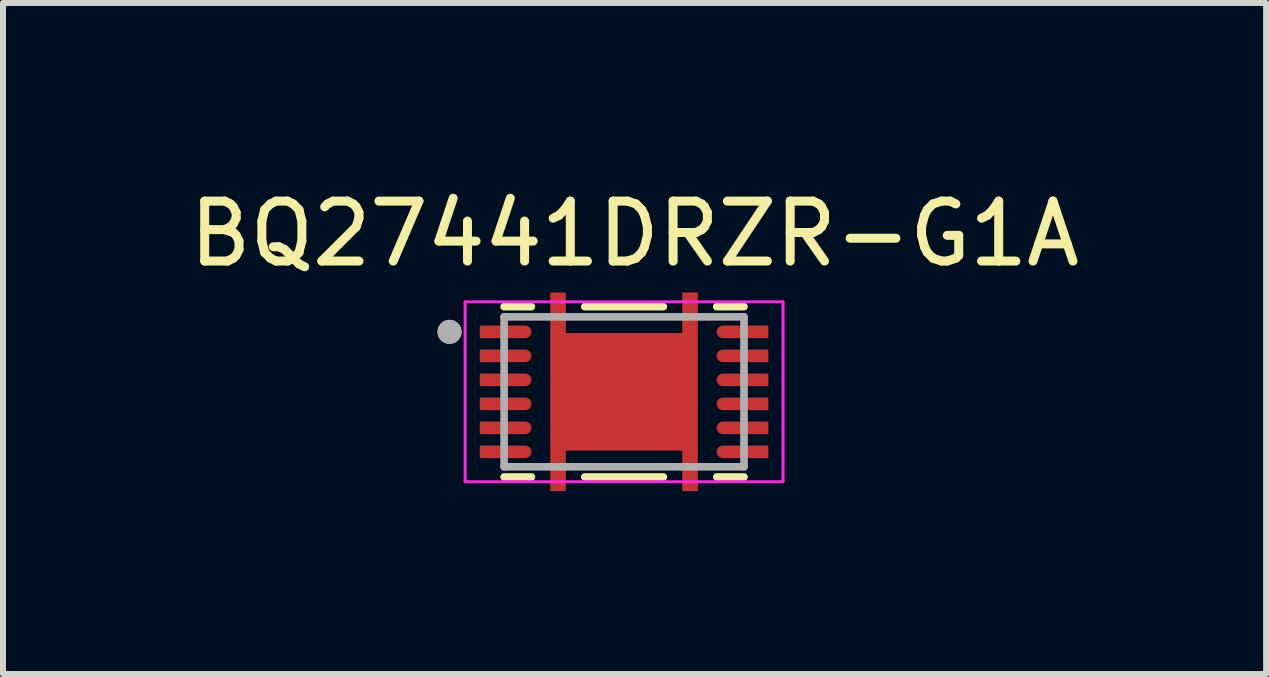
<source format=kicad_pcb>
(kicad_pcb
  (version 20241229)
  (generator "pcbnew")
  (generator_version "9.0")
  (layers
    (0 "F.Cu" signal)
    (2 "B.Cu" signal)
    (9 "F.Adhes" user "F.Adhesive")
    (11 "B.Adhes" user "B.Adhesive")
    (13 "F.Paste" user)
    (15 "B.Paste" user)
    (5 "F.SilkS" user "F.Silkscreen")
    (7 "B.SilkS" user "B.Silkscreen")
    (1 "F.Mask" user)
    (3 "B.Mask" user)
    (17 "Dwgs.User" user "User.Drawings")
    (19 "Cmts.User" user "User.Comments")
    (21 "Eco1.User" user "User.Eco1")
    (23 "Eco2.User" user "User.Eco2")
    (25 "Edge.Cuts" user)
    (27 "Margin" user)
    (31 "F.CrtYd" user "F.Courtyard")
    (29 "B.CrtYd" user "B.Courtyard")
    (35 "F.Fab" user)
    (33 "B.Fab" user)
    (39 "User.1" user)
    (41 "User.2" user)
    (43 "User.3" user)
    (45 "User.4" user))
  (footprint "BQ27441DRZR-G1A"
    (layer "F.Cu")
    (at 7.355 3.483)
    (property "Reference" "BQ27441DRZR-G1A" (at 0.175 -2.635 0) (layer "F.SilkS") (effects (font (size 1 1) (thickness 0.15))))
    (attr smd)
    (fp_poly (pts (xy -1.275 1.7) (xy -1.275 -1.7) (xy -0.925 -1.7) (xy -0.925 -1.025) (xy 0.925 -1.025) (xy 0.925 -1.7) (xy 1.275 -1.7) (xy 1.275 1.7) (xy 0.925 1.7) (xy 0.925 1.025) (xy -0.925 1.025) (xy -0.925 1.7)) (stroke (width 0.01) (type solid)) (fill yes) (layer "F.Mask"))
    (fp_poly (pts (xy -2.45 -1.15) (xy -1.65 -1.15) (xy -1.642 -1.15) (xy -1.634 -1.149) (xy -1.627 -1.148) (xy -1.619 -1.147) (xy -1.611 -1.145) (xy -1.604 -1.143) (xy -1.596 -1.14) (xy -1.589 -1.137) (xy -1.582 -1.134) (xy -1.575 -1.13) (xy -1.568 -1.126) (xy -1.562 -1.121) (xy -1.556 -1.117) (xy -1.55 -1.111) (xy -1.544 -1.106) (xy -1.539 -1.1) (xy -1.533 -1.094) (xy -1.529 -1.088) (xy -1.524 -1.082) (xy -1.52 -1.075) (xy -1.516 -1.068) (xy -1.513 -1.061) (xy -1.51 -1.054) (xy -1.507 -1.046) (xy -1.505 -1.039) (xy -1.503 -1.031) (xy -1.502 -1.023) (xy -1.501 -1.016) (xy -1.5 -1.008) (xy -1.5 -1) (xy -1.5 -0.992) (xy -1.501 -0.984) (xy -1.502 -0.977) (xy -1.503 -0.969) (xy -1.505 -0.961) (xy -1.507 -0.954) (xy -1.51 -0.946) (xy -1.513 -0.939) (xy -1.516 -0.932) (xy -1.52 -0.925) (xy -1.524 -0.918) (xy -1.529 -0.912) (xy -1.533 -0.906) (xy -1.539 -0.9) (xy -1.544 -0.894) (xy -1.55 -0.889) (xy -1.556 -0.883) (xy -1.562 -0.879) (xy -1.568 -0.874) (xy -1.575 -0.87) (xy -1.582 -0.866) (xy -1.589 -0.863) (xy -1.596 -0.86) (xy -1.604 -0.857) (xy -1.611 -0.855) (xy -1.619 -0.853) (xy -1.627 -0.852) (xy -1.634 -0.851) (xy -1.642 -0.85) (xy -1.65 -0.85) (xy -2.45 -0.85) (xy -2.45 -1) (xy -2.45 -1.15)) (stroke (width 0.01) (type solid)) (fill yes) (layer "F.Mask"))
    (fp_poly (pts (xy -2.45 -0.75) (xy -1.65 -0.75) (xy -1.642 -0.75) (xy -1.634 -0.749) (xy -1.627 -0.748) (xy -1.619 -0.747) (xy -1.611 -0.745) (xy -1.604 -0.743) (xy -1.596 -0.74) (xy -1.589 -0.737) (xy -1.582 -0.734) (xy -1.575 -0.73) (xy -1.568 -0.726) (xy -1.562 -0.721) (xy -1.556 -0.717) (xy -1.55 -0.711) (xy -1.544 -0.706) (xy -1.539 -0.7) (xy -1.533 -0.694) (xy -1.529 -0.688) (xy -1.524 -0.682) (xy -1.52 -0.675) (xy -1.516 -0.668) (xy -1.513 -0.661) (xy -1.51 -0.654) (xy -1.507 -0.646) (xy -1.505 -0.639) (xy -1.503 -0.631) (xy -1.502 -0.623) (xy -1.501 -0.616) (xy -1.5 -0.608) (xy -1.5 -0.6) (xy -1.5 -0.592) (xy -1.501 -0.584) (xy -1.502 -0.577) (xy -1.503 -0.569) (xy -1.505 -0.561) (xy -1.507 -0.554) (xy -1.51 -0.546) (xy -1.513 -0.539) (xy -1.516 -0.532) (xy -1.52 -0.525) (xy -1.524 -0.518) (xy -1.529 -0.512) (xy -1.533 -0.506) (xy -1.539 -0.5) (xy -1.544 -0.494) (xy -1.55 -0.489) (xy -1.556 -0.483) (xy -1.562 -0.479) (xy -1.568 -0.474) (xy -1.575 -0.47) (xy -1.582 -0.466) (xy -1.589 -0.463) (xy -1.596 -0.46) (xy -1.604 -0.457) (xy -1.611 -0.455) (xy -1.619 -0.453) (xy -1.627 -0.452) (xy -1.634 -0.451) (xy -1.642 -0.45) (xy -1.65 -0.45) (xy -2.45 -0.45) (xy -2.45 -0.6) (xy -2.45 -0.75)) (stroke (width 0.01) (type solid)) (fill yes) (layer "F.Mask"))
    (fp_poly (pts (xy -2.45 -0.35) (xy -1.65 -0.35) (xy -1.642 -0.35) (xy -1.634 -0.349) (xy -1.627 -0.348) (xy -1.619 -0.347) (xy -1.611 -0.345) (xy -1.604 -0.343) (xy -1.596 -0.34) (xy -1.589 -0.337) (xy -1.582 -0.334) (xy -1.575 -0.33) (xy -1.568 -0.326) (xy -1.562 -0.321) (xy -1.556 -0.317) (xy -1.55 -0.311) (xy -1.544 -0.306) (xy -1.539 -0.3) (xy -1.533 -0.294) (xy -1.529 -0.288) (xy -1.524 -0.282) (xy -1.52 -0.275) (xy -1.516 -0.268) (xy -1.513 -0.261) (xy -1.51 -0.254) (xy -1.507 -0.246) (xy -1.505 -0.239) (xy -1.503 -0.231) (xy -1.502 -0.223) (xy -1.501 -0.216) (xy -1.5 -0.208) (xy -1.5 -0.2) (xy -1.5 -0.192) (xy -1.501 -0.184) (xy -1.502 -0.177) (xy -1.503 -0.169) (xy -1.505 -0.161) (xy -1.507 -0.154) (xy -1.51 -0.146) (xy -1.513 -0.139) (xy -1.516 -0.132) (xy -1.52 -0.125) (xy -1.524 -0.118) (xy -1.529 -0.112) (xy -1.533 -0.106) (xy -1.539 -0.1) (xy -1.544 -0.094) (xy -1.55 -0.089) (xy -1.556 -0.083) (xy -1.562 -0.079) (xy -1.568 -0.074) (xy -1.575 -0.07) (xy -1.582 -0.066) (xy -1.589 -0.063) (xy -1.596 -0.06) (xy -1.604 -0.057) (xy -1.611 -0.055) (xy -1.619 -0.053) (xy -1.627 -0.052) (xy -1.634 -0.051) (xy -1.642 -0.05) (xy -1.65 -0.05) (xy -2.45 -0.05) (xy -2.45 -0.2) (xy -2.45 -0.35)) (stroke (width 0.01) (type solid)) (fill yes) (layer "F.Mask"))
    (fp_poly (pts (xy -2.45 0.05) (xy -1.65 0.05) (xy -1.642 0.05) (xy -1.634 0.051) (xy -1.627 0.052) (xy -1.619 0.053) (xy -1.611 0.055) (xy -1.604 0.057) (xy -1.596 0.06) (xy -1.589 0.063) (xy -1.582 0.066) (xy -1.575 0.07) (xy -1.568 0.074) (xy -1.562 0.079) (xy -1.556 0.083) (xy -1.55 0.089) (xy -1.544 0.094) (xy -1.539 0.1) (xy -1.533 0.106) (xy -1.529 0.112) (xy -1.524 0.118) (xy -1.52 0.125) (xy -1.516 0.132) (xy -1.513 0.139) (xy -1.51 0.146) (xy -1.507 0.154) (xy -1.505 0.161) (xy -1.503 0.169) (xy -1.502 0.177) (xy -1.501 0.184) (xy -1.5 0.192) (xy -1.5 0.2) (xy -1.5 0.208) (xy -1.501 0.216) (xy -1.502 0.223) (xy -1.503 0.231) (xy -1.505 0.239) (xy -1.507 0.246) (xy -1.51 0.254) (xy -1.513 0.261) (xy -1.516 0.268) (xy -1.52 0.275) (xy -1.524 0.282) (xy -1.529 0.288) (xy -1.533 0.294) (xy -1.539 0.3) (xy -1.544 0.306) (xy -1.55 0.311) (xy -1.556 0.317) (xy -1.562 0.321) (xy -1.568 0.326) (xy -1.575 0.33) (xy -1.582 0.334) (xy -1.589 0.337) (xy -1.596 0.34) (xy -1.604 0.343) (xy -1.611 0.345) (xy -1.619 0.347) (xy -1.627 0.348) (xy -1.634 0.349) (xy -1.642 0.35) (xy -1.65 0.35) (xy -2.45 0.35) (xy -2.45 0.2) (xy -2.45 0.05)) (stroke (width 0.01) (type solid)) (fill yes) (layer "F.Mask"))
    (fp_poly (pts (xy -2.45 0.45) (xy -1.65 0.45) (xy -1.642 0.45) (xy -1.634 0.451) (xy -1.627 0.452) (xy -1.619 0.453) (xy -1.611 0.455) (xy -1.604 0.457) (xy -1.596 0.46) (xy -1.589 0.463) (xy -1.582 0.466) (xy -1.575 0.47) (xy -1.568 0.474) (xy -1.562 0.479) (xy -1.556 0.483) (xy -1.55 0.489) (xy -1.544 0.494) (xy -1.539 0.5) (xy -1.533 0.506) (xy -1.529 0.512) (xy -1.524 0.518) (xy -1.52 0.525) (xy -1.516 0.532) (xy -1.513 0.539) (xy -1.51 0.546) (xy -1.507 0.554) (xy -1.505 0.561) (xy -1.503 0.569) (xy -1.502 0.577) (xy -1.501 0.584) (xy -1.5 0.592) (xy -1.5 0.6) (xy -1.5 0.608) (xy -1.501 0.616) (xy -1.502 0.623) (xy -1.503 0.631) (xy -1.505 0.639) (xy -1.507 0.646) (xy -1.51 0.654) (xy -1.513 0.661) (xy -1.516 0.668) (xy -1.52 0.675) (xy -1.524 0.682) (xy -1.529 0.688) (xy -1.533 0.694) (xy -1.539 0.7) (xy -1.544 0.706) (xy -1.55 0.711) (xy -1.556 0.717) (xy -1.562 0.721) (xy -1.568 0.726) (xy -1.575 0.73) (xy -1.582 0.734) (xy -1.589 0.737) (xy -1.596 0.74) (xy -1.604 0.743) (xy -1.611 0.745) (xy -1.619 0.747) (xy -1.627 0.748) (xy -1.634 0.749) (xy -1.642 0.75) (xy -1.65 0.75) (xy -2.45 0.75) (xy -2.45 0.6) (xy -2.45 0.45)) (stroke (width 0.01) (type solid)) (fill yes) (layer "F.Mask"))
    (fp_poly (pts (xy -2.45 0.85) (xy -1.65 0.85) (xy -1.642 0.85) (xy -1.634 0.851) (xy -1.627 0.852) (xy -1.619 0.853) (xy -1.611 0.855) (xy -1.604 0.857) (xy -1.596 0.86) (xy -1.589 0.863) (xy -1.582 0.866) (xy -1.575 0.87) (xy -1.568 0.874) (xy -1.562 0.879) (xy -1.556 0.883) (xy -1.55 0.889) (xy -1.544 0.894) (xy -1.539 0.9) (xy -1.533 0.906) (xy -1.529 0.912) (xy -1.524 0.918) (xy -1.52 0.925) (xy -1.516 0.932) (xy -1.513 0.939) (xy -1.51 0.946) (xy -1.507 0.954) (xy -1.505 0.961) (xy -1.503 0.969) (xy -1.502 0.977) (xy -1.501 0.984) (xy -1.5 0.992) (xy -1.5 1) (xy -1.5 1.008) (xy -1.501 1.016) (xy -1.502 1.023) (xy -1.503 1.031) (xy -1.505 1.039) (xy -1.507 1.046) (xy -1.51 1.054) (xy -1.513 1.061) (xy -1.516 1.068) (xy -1.52 1.075) (xy -1.524 1.082) (xy -1.529 1.088) (xy -1.533 1.094) (xy -1.539 1.1) (xy -1.544 1.106) (xy -1.55 1.111) (xy -1.556 1.117) (xy -1.562 1.121) (xy -1.568 1.126) (xy -1.575 1.13) (xy -1.582 1.134) (xy -1.589 1.137) (xy -1.596 1.14) (xy -1.604 1.143) (xy -1.611 1.145) (xy -1.619 1.147) (xy -1.627 1.148) (xy -1.634 1.149) (xy -1.642 1.15) (xy -1.65 1.15) (xy -2.45 1.15) (xy -2.45 1) (xy -2.45 0.85)) (stroke (width 0.01) (type solid)) (fill yes) (layer "F.Mask"))
    (fp_poly (pts (xy 2.45 -0.85) (xy 1.65 -0.85) (xy 1.642 -0.85) (xy 1.634 -0.851) (xy 1.627 -0.852) (xy 1.619 -0.853) (xy 1.611 -0.855) (xy 1.604 -0.857) (xy 1.596 -0.86) (xy 1.589 -0.863) (xy 1.582 -0.866) (xy 1.575 -0.87) (xy 1.568 -0.874) (xy 1.562 -0.879) (xy 1.556 -0.883) (xy 1.55 -0.889) (xy 1.544 -0.894) (xy 1.539 -0.9) (xy 1.533 -0.906) (xy 1.529 -0.912) (xy 1.524 -0.918) (xy 1.52 -0.925) (xy 1.516 -0.932) (xy 1.513 -0.939) (xy 1.51 -0.946) (xy 1.507 -0.954) (xy 1.505 -0.961) (xy 1.503 -0.969) (xy 1.502 -0.977) (xy 1.501 -0.984) (xy 1.5 -0.992) (xy 1.5 -1) (xy 1.5 -1.008) (xy 1.501 -1.016) (xy 1.502 -1.023) (xy 1.503 -1.031) (xy 1.505 -1.039) (xy 1.507 -1.046) (xy 1.51 -1.054) (xy 1.513 -1.061) (xy 1.516 -1.068) (xy 1.52 -1.075) (xy 1.524 -1.082) (xy 1.529 -1.088) (xy 1.533 -1.094) (xy 1.539 -1.1) (xy 1.544 -1.106) (xy 1.55 -1.111) (xy 1.556 -1.117) (xy 1.562 -1.121) (xy 1.568 -1.126) (xy 1.575 -1.13) (xy 1.582 -1.134) (xy 1.589 -1.137) (xy 1.596 -1.14) (xy 1.604 -1.143) (xy 1.611 -1.145) (xy 1.619 -1.147) (xy 1.627 -1.148) (xy 1.634 -1.149) (xy 1.642 -1.15) (xy 1.65 -1.15) (xy 2.45 -1.15) (xy 2.45 -1) (xy 2.45 -0.85)) (stroke (width 0.01) (type solid)) (fill yes) (layer "F.Mask"))
    (fp_poly (pts (xy 2.45 -0.45) (xy 1.65 -0.45) (xy 1.642 -0.45) (xy 1.634 -0.451) (xy 1.627 -0.452) (xy 1.619 -0.453) (xy 1.611 -0.455) (xy 1.604 -0.457) (xy 1.596 -0.46) (xy 1.589 -0.463) (xy 1.582 -0.466) (xy 1.575 -0.47) (xy 1.568 -0.474) (xy 1.562 -0.479) (xy 1.556 -0.483) (xy 1.55 -0.489) (xy 1.544 -0.494) (xy 1.539 -0.5) (xy 1.533 -0.506) (xy 1.529 -0.512) (xy 1.524 -0.518) (xy 1.52 -0.525) (xy 1.516 -0.532) (xy 1.513 -0.539) (xy 1.51 -0.546) (xy 1.507 -0.554) (xy 1.505 -0.561) (xy 1.503 -0.569) (xy 1.502 -0.577) (xy 1.501 -0.584) (xy 1.5 -0.592) (xy 1.5 -0.6) (xy 1.5 -0.608) (xy 1.501 -0.616) (xy 1.502 -0.623) (xy 1.503 -0.631) (xy 1.505 -0.639) (xy 1.507 -0.646) (xy 1.51 -0.654) (xy 1.513 -0.661) (xy 1.516 -0.668) (xy 1.52 -0.675) (xy 1.524 -0.682) (xy 1.529 -0.688) (xy 1.533 -0.694) (xy 1.539 -0.7) (xy 1.544 -0.706) (xy 1.55 -0.711) (xy 1.556 -0.717) (xy 1.562 -0.721) (xy 1.568 -0.726) (xy 1.575 -0.73) (xy 1.582 -0.734) (xy 1.589 -0.737) (xy 1.596 -0.74) (xy 1.604 -0.743) (xy 1.611 -0.745) (xy 1.619 -0.747) (xy 1.627 -0.748) (xy 1.634 -0.749) (xy 1.642 -0.75) (xy 1.65 -0.75) (xy 2.45 -0.75) (xy 2.45 -0.6) (xy 2.45 -0.45)) (stroke (width 0.01) (type solid)) (fill yes) (layer "F.Mask"))
    (fp_poly (pts (xy 2.45 -0.05) (xy 1.65 -0.05) (xy 1.642 -0.05) (xy 1.634 -0.051) (xy 1.627 -0.052) (xy 1.619 -0.053) (xy 1.611 -0.055) (xy 1.604 -0.057) (xy 1.596 -0.06) (xy 1.589 -0.063) (xy 1.582 -0.066) (xy 1.575 -0.07) (xy 1.568 -0.074) (xy 1.562 -0.079) (xy 1.556 -0.083) (xy 1.55 -0.089) (xy 1.544 -0.094) (xy 1.539 -0.1) (xy 1.533 -0.106) (xy 1.529 -0.112) (xy 1.524 -0.118) (xy 1.52 -0.125) (xy 1.516 -0.132) (xy 1.513 -0.139) (xy 1.51 -0.146) (xy 1.507 -0.154) (xy 1.505 -0.161) (xy 1.503 -0.169) (xy 1.502 -0.177) (xy 1.501 -0.184) (xy 1.5 -0.192) (xy 1.5 -0.2) (xy 1.5 -0.208) (xy 1.501 -0.216) (xy 1.502 -0.223) (xy 1.503 -0.231) (xy 1.505 -0.239) (xy 1.507 -0.246) (xy 1.51 -0.254) (xy 1.513 -0.261) (xy 1.516 -0.268) (xy 1.52 -0.275) (xy 1.524 -0.282) (xy 1.529 -0.288) (xy 1.533 -0.294) (xy 1.539 -0.3) (xy 1.544 -0.306) (xy 1.55 -0.311) (xy 1.556 -0.317) (xy 1.562 -0.321) (xy 1.568 -0.326) (xy 1.575 -0.33) (xy 1.582 -0.334) (xy 1.589 -0.337) (xy 1.596 -0.34) (xy 1.604 -0.343) (xy 1.611 -0.345) (xy 1.619 -0.347) (xy 1.627 -0.348) (xy 1.634 -0.349) (xy 1.642 -0.35) (xy 1.65 -0.35) (xy 2.45 -0.35) (xy 2.45 -0.2) (xy 2.45 -0.05)) (stroke (width 0.01) (type solid)) (fill yes) (layer "F.Mask"))
    (fp_poly (pts (xy 2.45 0.35) (xy 1.65 0.35) (xy 1.642 0.35) (xy 1.634 0.349) (xy 1.627 0.348) (xy 1.619 0.347) (xy 1.611 0.345) (xy 1.604 0.343) (xy 1.596 0.34) (xy 1.589 0.337) (xy 1.582 0.334) (xy 1.575 0.33) (xy 1.568 0.326) (xy 1.562 0.321) (xy 1.556 0.317) (xy 1.55 0.311) (xy 1.544 0.306) (xy 1.539 0.3) (xy 1.533 0.294) (xy 1.529 0.288) (xy 1.524 0.282) (xy 1.52 0.275) (xy 1.516 0.268) (xy 1.513 0.261) (xy 1.51 0.254) (xy 1.507 0.246) (xy 1.505 0.239) (xy 1.503 0.231) (xy 1.502 0.223) (xy 1.501 0.216) (xy 1.5 0.208) (xy 1.5 0.2) (xy 1.5 0.192) (xy 1.501 0.184) (xy 1.502 0.177) (xy 1.503 0.169) (xy 1.505 0.161) (xy 1.507 0.154) (xy 1.51 0.146) (xy 1.513 0.139) (xy 1.516 0.132) (xy 1.52 0.125) (xy 1.524 0.118) (xy 1.529 0.112) (xy 1.533 0.106) (xy 1.539 0.1) (xy 1.544 0.094) (xy 1.55 0.089) (xy 1.556 0.083) (xy 1.562 0.079) (xy 1.568 0.074) (xy 1.575 0.07) (xy 1.582 0.066) (xy 1.589 0.063) (xy 1.596 0.06) (xy 1.604 0.057) (xy 1.611 0.055) (xy 1.619 0.053) (xy 1.627 0.052) (xy 1.634 0.051) (xy 1.642 0.05) (xy 1.65 0.05) (xy 2.45 0.05) (xy 2.45 0.2) (xy 2.45 0.35)) (stroke (width 0.01) (type solid)) (fill yes) (layer "F.Mask"))
    (fp_poly (pts (xy 2.45 0.75) (xy 1.65 0.75) (xy 1.642 0.75) (xy 1.634 0.749) (xy 1.627 0.748) (xy 1.619 0.747) (xy 1.611 0.745) (xy 1.604 0.743) (xy 1.596 0.74) (xy 1.589 0.737) (xy 1.582 0.734) (xy 1.575 0.73) (xy 1.568 0.726) (xy 1.562 0.721) (xy 1.556 0.717) (xy 1.55 0.711) (xy 1.544 0.706) (xy 1.539 0.7) (xy 1.533 0.694) (xy 1.529 0.688) (xy 1.524 0.682) (xy 1.52 0.675) (xy 1.516 0.668) (xy 1.513 0.661) (xy 1.51 0.654) (xy 1.507 0.646) (xy 1.505 0.639) (xy 1.503 0.631) (xy 1.502 0.623) (xy 1.501 0.616) (xy 1.5 0.608) (xy 1.5 0.6) (xy 1.5 0.592) (xy 1.501 0.584) (xy 1.502 0.577) (xy 1.503 0.569) (xy 1.505 0.561) (xy 1.507 0.554) (xy 1.51 0.546) (xy 1.513 0.539) (xy 1.516 0.532) (xy 1.52 0.525) (xy 1.524 0.518) (xy 1.529 0.512) (xy 1.533 0.506) (xy 1.539 0.5) (xy 1.544 0.494) (xy 1.55 0.489) (xy 1.556 0.483) (xy 1.562 0.479) (xy 1.568 0.474) (xy 1.575 0.47) (xy 1.582 0.466) (xy 1.589 0.463) (xy 1.596 0.46) (xy 1.604 0.457) (xy 1.611 0.455) (xy 1.619 0.453) (xy 1.627 0.452) (xy 1.634 0.451) (xy 1.642 0.45) (xy 1.65 0.45) (xy 2.45 0.45) (xy 2.45 0.6) (xy 2.45 0.75)) (stroke (width 0.01) (type solid)) (fill yes) (layer "F.Mask"))
    (fp_poly (pts (xy 2.45 1.15) (xy 1.65 1.15) (xy 1.642 1.15) (xy 1.634 1.149) (xy 1.627 1.148) (xy 1.619 1.147) (xy 1.611 1.145) (xy 1.604 1.143) (xy 1.596 1.14) (xy 1.589 1.137) (xy 1.582 1.134) (xy 1.575 1.13) (xy 1.568 1.126) (xy 1.562 1.121) (xy 1.556 1.117) (xy 1.55 1.111) (xy 1.544 1.106) (xy 1.539 1.1) (xy 1.533 1.094) (xy 1.529 1.088) (xy 1.524 1.082) (xy 1.52 1.075) (xy 1.516 1.068) (xy 1.513 1.061) (xy 1.51 1.054) (xy 1.507 1.046) (xy 1.505 1.039) (xy 1.503 1.031) (xy 1.502 1.023) (xy 1.501 1.016) (xy 1.5 1.008) (xy 1.5 1) (xy 1.5 0.992) (xy 1.501 0.984) (xy 1.502 0.977) (xy 1.503 0.969) (xy 1.505 0.961) (xy 1.507 0.954) (xy 1.51 0.946) (xy 1.513 0.939) (xy 1.516 0.932) (xy 1.52 0.925) (xy 1.524 0.918) (xy 1.529 0.912) (xy 1.533 0.906) (xy 1.539 0.9) (xy 1.544 0.894) (xy 1.55 0.889) (xy 1.556 0.883) (xy 1.562 0.879) (xy 1.568 0.874) (xy 1.575 0.87) (xy 1.582 0.866) (xy 1.589 0.863) (xy 1.596 0.86) (xy 1.604 0.857) (xy 1.611 0.855) (xy 1.619 0.853) (xy 1.627 0.852) (xy 1.634 0.851) (xy 1.642 0.85) (xy 1.65 0.85) (xy 2.45 0.85) (xy 2.45 1) (xy 2.45 1.15)) (stroke (width 0.01) (type solid)) (fill yes) (layer "F.Mask"))
    (fp_line (start -2 -1.42) (end -1.545 -1.42) (stroke (width 0.127) (type solid)) (layer "F.SilkS"))
    (fp_line (start -2 1.42) (end -1.545 1.42) (stroke (width 0.127) (type solid)) (layer "F.SilkS"))
    (fp_line (start -0.655 -1.42) (end 0.655 -1.42) (stroke (width 0.127) (type solid)) (layer "F.SilkS"))
    (fp_line (start -0.655 1.42) (end 0.655 1.42) (stroke (width 0.127) (type solid)) (layer "F.SilkS"))
    (fp_line (start 1.545 -1.42) (end 2 -1.42) (stroke (width 0.127) (type solid)) (layer "F.SilkS"))
    (fp_line (start 1.545 1.42) (end 2 1.42) (stroke (width 0.127) (type solid)) (layer "F.SilkS"))
    (fp_circle (center -2.91 -1) (end -2.81 -1) (stroke (width 0.2) (type solid)) (fill no) (layer "F.SilkS"))
    (fp_poly (pts (xy -1.225 -1.625) (xy -1.225 -1.1) (xy -0.975 -1.1) (xy -0.975 -1.625)) (stroke (width 0.01) (type solid)) (fill yes) (layer "F.Paste"))
    (fp_poly (pts (xy -1.225 1.1) (xy -1.225 1.625) (xy -0.975 1.625) (xy -0.975 1.1)) (stroke (width 0.01) (type solid)) (fill yes) (layer "F.Paste"))
    (fp_poly (pts (xy -1.1 -0.9) (xy -0.1 -0.9) (xy -0.1 -0.1) (xy -1.1 -0.1)) (stroke (width 0.01) (type solid)) (fill yes) (layer "F.Paste"))
    (fp_poly (pts (xy -1.1 0.1) (xy -0.1 0.1) (xy -0.1 0.9) (xy -1.1 0.9)) (stroke (width 0.01) (type solid)) (fill yes) (layer "F.Paste"))
    (fp_poly (pts (xy 0.1 -0.9) (xy 1.1 -0.9) (xy 1.1 -0.1) (xy 0.1 -0.1)) (stroke (width 0.01) (type solid)) (fill yes) (layer "F.Paste"))
    (fp_poly (pts (xy 0.1 0.1) (xy 1.1 0.1) (xy 1.1 0.9) (xy 0.1 0.9)) (stroke (width 0.01) (type solid)) (fill yes) (layer "F.Paste"))
    (fp_poly (pts (xy 0.975 -1.625) (xy 0.975 -1.1) (xy 1.225 -1.1) (xy 1.225 -1.625)) (stroke (width 0.01) (type solid)) (fill yes) (layer "F.Paste"))
    (fp_poly (pts (xy 0.975 1.1) (xy 0.975 1.625) (xy 1.225 1.625) (xy 1.225 1.1)) (stroke (width 0.01) (type solid)) (fill yes) (layer "F.Paste"))
    (fp_poly (pts (xy -2.375 -1.1) (xy -1.675 -1.1) (xy -1.67 -1.1) (xy -1.665 -1.099) (xy -1.659 -1.099) (xy -1.654 -1.098) (xy -1.649 -1.097) (xy -1.644 -1.095) (xy -1.639 -1.093) (xy -1.634 -1.091) (xy -1.63 -1.089) (xy -1.625 -1.087) (xy -1.621 -1.084) (xy -1.616 -1.081) (xy -1.612 -1.078) (xy -1.608 -1.074) (xy -1.604 -1.071) (xy -1.601 -1.067) (xy -1.597 -1.063) (xy -1.594 -1.059) (xy -1.591 -1.054) (xy -1.588 -1.05) (xy -1.586 -1.045) (xy -1.584 -1.041) (xy -1.582 -1.036) (xy -1.58 -1.031) (xy -1.578 -1.026) (xy -1.577 -1.021) (xy -1.576 -1.016) (xy -1.576 -1.01) (xy -1.575 -1.005) (xy -1.575 -1) (xy -1.575 -0.995) (xy -1.576 -0.99) (xy -1.576 -0.984) (xy -1.577 -0.979) (xy -1.578 -0.974) (xy -1.58 -0.969) (xy -1.582 -0.964) (xy -1.584 -0.959) (xy -1.586 -0.955) (xy -1.588 -0.95) (xy -1.591 -0.946) (xy -1.594 -0.941) (xy -1.597 -0.937) (xy -1.601 -0.933) (xy -1.604 -0.929) (xy -1.608 -0.926) (xy -1.612 -0.922) (xy -1.616 -0.919) (xy -1.621 -0.916) (xy -1.625 -0.913) (xy -1.63 -0.911) (xy -1.634 -0.909) (xy -1.639 -0.907) (xy -1.644 -0.905) (xy -1.649 -0.903) (xy -1.654 -0.902) (xy -1.659 -0.901) (xy -1.665 -0.901) (xy -1.67 -0.9) (xy -1.675 -0.9) (xy -2.375 -0.9) (xy -2.375 -1) (xy -2.375 -1.1)) (stroke (width 0.01) (type solid)) (fill yes) (layer "F.Paste"))
    (fp_poly (pts (xy -2.375 -0.7) (xy -1.675 -0.7) (xy -1.67 -0.7) (xy -1.665 -0.699) (xy -1.659 -0.699) (xy -1.654 -0.698) (xy -1.649 -0.697) (xy -1.644 -0.695) (xy -1.639 -0.693) (xy -1.634 -0.691) (xy -1.63 -0.689) (xy -1.625 -0.687) (xy -1.621 -0.684) (xy -1.616 -0.681) (xy -1.612 -0.678) (xy -1.608 -0.674) (xy -1.604 -0.671) (xy -1.601 -0.667) (xy -1.597 -0.663) (xy -1.594 -0.659) (xy -1.591 -0.654) (xy -1.588 -0.65) (xy -1.586 -0.645) (xy -1.584 -0.641) (xy -1.582 -0.636) (xy -1.58 -0.631) (xy -1.578 -0.626) (xy -1.577 -0.621) (xy -1.576 -0.616) (xy -1.576 -0.61) (xy -1.575 -0.605) (xy -1.575 -0.6) (xy -1.575 -0.595) (xy -1.576 -0.59) (xy -1.576 -0.584) (xy -1.577 -0.579) (xy -1.578 -0.574) (xy -1.58 -0.569) (xy -1.582 -0.564) (xy -1.584 -0.559) (xy -1.586 -0.555) (xy -1.588 -0.55) (xy -1.591 -0.546) (xy -1.594 -0.541) (xy -1.597 -0.537) (xy -1.601 -0.533) (xy -1.604 -0.529) (xy -1.608 -0.526) (xy -1.612 -0.522) (xy -1.616 -0.519) (xy -1.621 -0.516) (xy -1.625 -0.513) (xy -1.63 -0.511) (xy -1.634 -0.509) (xy -1.639 -0.507) (xy -1.644 -0.505) (xy -1.649 -0.503) (xy -1.654 -0.502) (xy -1.659 -0.501) (xy -1.665 -0.501) (xy -1.67 -0.5) (xy -1.675 -0.5) (xy -2.375 -0.5) (xy -2.375 -0.6) (xy -2.375 -0.7)) (stroke (width 0.01) (type solid)) (fill yes) (layer "F.Paste"))
    (fp_poly (pts (xy -2.375 -0.7) (xy -1.675 -0.7) (xy -1.67 -0.7) (xy -1.665 -0.699) (xy -1.659 -0.699) (xy -1.654 -0.698) (xy -1.649 -0.697) (xy -1.644 -0.695) (xy -1.639 -0.693) (xy -1.634 -0.691) (xy -1.63 -0.689) (xy -1.625 -0.687) (xy -1.621 -0.684) (xy -1.616 -0.681) (xy -1.612 -0.678) (xy -1.608 -0.674) (xy -1.604 -0.671) (xy -1.601 -0.667) (xy -1.597 -0.663) (xy -1.594 -0.659) (xy -1.591 -0.654) (xy -1.588 -0.65) (xy -1.586 -0.645) (xy -1.584 -0.641) (xy -1.582 -0.636) (xy -1.58 -0.631) (xy -1.578 -0.626) (xy -1.577 -0.621) (xy -1.576 -0.616) (xy -1.576 -0.61) (xy -1.575 -0.605) (xy -1.575 -0.6) (xy -1.575 -0.595) (xy -1.576 -0.59) (xy -1.576 -0.584) (xy -1.577 -0.579) (xy -1.578 -0.574) (xy -1.58 -0.569) (xy -1.582 -0.564) (xy -1.584 -0.559) (xy -1.586 -0.555) (xy -1.588 -0.55) (xy -1.591 -0.546) (xy -1.594 -0.541) (xy -1.597 -0.537) (xy -1.601 -0.533) (xy -1.604 -0.529) (xy -1.608 -0.526) (xy -1.612 -0.522) (xy -1.616 -0.519) (xy -1.621 -0.516) (xy -1.625 -0.513) (xy -1.63 -0.511) (xy -1.634 -0.509) (xy -1.639 -0.507) (xy -1.644 -0.505) (xy -1.649 -0.503) (xy -1.654 -0.502) (xy -1.659 -0.501) (xy -1.665 -0.501) (xy -1.67 -0.5) (xy -1.675 -0.5) (xy -2.375 -0.5) (xy -2.375 -0.6) (xy -2.375 -0.7)) (stroke (width 0.01) (type solid)) (fill yes) (layer "F.Paste"))
    (fp_poly (pts (xy -2.375 -0.3) (xy -1.675 -0.3) (xy -1.67 -0.3) (xy -1.665 -0.299) (xy -1.659 -0.299) (xy -1.654 -0.298) (xy -1.649 -0.297) (xy -1.644 -0.295) (xy -1.639 -0.293) (xy -1.634 -0.291) (xy -1.63 -0.289) (xy -1.625 -0.287) (xy -1.621 -0.284) (xy -1.616 -0.281) (xy -1.612 -0.278) (xy -1.608 -0.274) (xy -1.604 -0.271) (xy -1.601 -0.267) (xy -1.597 -0.263) (xy -1.594 -0.259) (xy -1.591 -0.254) (xy -1.588 -0.25) (xy -1.586 -0.245) (xy -1.584 -0.241) (xy -1.582 -0.236) (xy -1.58 -0.231) (xy -1.578 -0.226) (xy -1.577 -0.221) (xy -1.576 -0.216) (xy -1.576 -0.21) (xy -1.575 -0.205) (xy -1.575 -0.2) (xy -1.575 -0.195) (xy -1.576 -0.19) (xy -1.576 -0.184) (xy -1.577 -0.179) (xy -1.578 -0.174) (xy -1.58 -0.169) (xy -1.582 -0.164) (xy -1.584 -0.159) (xy -1.586 -0.155) (xy -1.588 -0.15) (xy -1.591 -0.146) (xy -1.594 -0.141) (xy -1.597 -0.137) (xy -1.601 -0.133) (xy -1.604 -0.129) (xy -1.608 -0.126) (xy -1.612 -0.122) (xy -1.616 -0.119) (xy -1.621 -0.116) (xy -1.625 -0.113) (xy -1.63 -0.111) (xy -1.634 -0.109) (xy -1.639 -0.107) (xy -1.644 -0.105) (xy -1.649 -0.103) (xy -1.654 -0.102) (xy -1.659 -0.101) (xy -1.665 -0.101) (xy -1.67 -0.1) (xy -1.675 -0.1) (xy -2.375 -0.1) (xy -2.375 -0.2) (xy -2.375 -0.3)) (stroke (width 0.01) (type solid)) (fill yes) (layer "F.Paste"))
    (fp_poly (pts (xy -2.375 0.1) (xy -1.675 0.1) (xy -1.67 0.1) (xy -1.665 0.101) (xy -1.659 0.101) (xy -1.654 0.102) (xy -1.649 0.103) (xy -1.644 0.105) (xy -1.639 0.107) (xy -1.634 0.109) (xy -1.63 0.111) (xy -1.625 0.113) (xy -1.621 0.116) (xy -1.616 0.119) (xy -1.612 0.122) (xy -1.608 0.126) (xy -1.604 0.129) (xy -1.601 0.133) (xy -1.597 0.137) (xy -1.594 0.141) (xy -1.591 0.146) (xy -1.588 0.15) (xy -1.586 0.155) (xy -1.584 0.159) (xy -1.582 0.164) (xy -1.58 0.169) (xy -1.578 0.174) (xy -1.577 0.179) (xy -1.576 0.184) (xy -1.576 0.19) (xy -1.575 0.195) (xy -1.575 0.2) (xy -1.575 0.205) (xy -1.576 0.21) (xy -1.576 0.216) (xy -1.577 0.221) (xy -1.578 0.226) (xy -1.58 0.231) (xy -1.582 0.236) (xy -1.584 0.241) (xy -1.586 0.245) (xy -1.588 0.25) (xy -1.591 0.254) (xy -1.594 0.259) (xy -1.597 0.263) (xy -1.601 0.267) (xy -1.604 0.271) (xy -1.608 0.274) (xy -1.612 0.278) (xy -1.616 0.281) (xy -1.621 0.284) (xy -1.625 0.287) (xy -1.63 0.289) (xy -1.634 0.291) (xy -1.639 0.293) (xy -1.644 0.295) (xy -1.649 0.297) (xy -1.654 0.298) (xy -1.659 0.299) (xy -1.665 0.299) (xy -1.67 0.3) (xy -1.675 0.3) (xy -2.375 0.3) (xy -2.375 0.2) (xy -2.375 0.1)) (stroke (width 0.01) (type solid)) (fill yes) (layer "F.Paste"))
    (fp_poly (pts (xy -2.375 0.5) (xy -1.675 0.5) (xy -1.67 0.5) (xy -1.665 0.501) (xy -1.659 0.501) (xy -1.654 0.502) (xy -1.649 0.503) (xy -1.644 0.505) (xy -1.639 0.507) (xy -1.634 0.509) (xy -1.63 0.511) (xy -1.625 0.513) (xy -1.621 0.516) (xy -1.616 0.519) (xy -1.612 0.522) (xy -1.608 0.526) (xy -1.604 0.529) (xy -1.601 0.533) (xy -1.597 0.537) (xy -1.594 0.541) (xy -1.591 0.546) (xy -1.588 0.55) (xy -1.586 0.555) (xy -1.584 0.559) (xy -1.582 0.564) (xy -1.58 0.569) (xy -1.578 0.574) (xy -1.577 0.579) (xy -1.576 0.584) (xy -1.576 0.59) (xy -1.575 0.595) (xy -1.575 0.6) (xy -1.575 0.605) (xy -1.576 0.61) (xy -1.576 0.616) (xy -1.577 0.621) (xy -1.578 0.626) (xy -1.58 0.631) (xy -1.582 0.636) (xy -1.584 0.641) (xy -1.586 0.645) (xy -1.588 0.65) (xy -1.591 0.654) (xy -1.594 0.659) (xy -1.597 0.663) (xy -1.601 0.667) (xy -1.604 0.671) (xy -1.608 0.674) (xy -1.612 0.678) (xy -1.616 0.681) (xy -1.621 0.684) (xy -1.625 0.687) (xy -1.63 0.689) (xy -1.634 0.691) (xy -1.639 0.693) (xy -1.644 0.695) (xy -1.649 0.697) (xy -1.654 0.698) (xy -1.659 0.699) (xy -1.665 0.699) (xy -1.67 0.7) (xy -1.675 0.7) (xy -2.375 0.7) (xy -2.375 0.6) (xy -2.375 0.5)) (stroke (width 0.01) (type solid)) (fill yes) (layer "F.Paste"))
    (fp_poly (pts (xy -2.375 0.9) (xy -1.675 0.9) (xy -1.67 0.9) (xy -1.665 0.901) (xy -1.659 0.901) (xy -1.654 0.902) (xy -1.649 0.903) (xy -1.644 0.905) (xy -1.639 0.907) (xy -1.634 0.909) (xy -1.63 0.911) (xy -1.625 0.913) (xy -1.621 0.916) (xy -1.616 0.919) (xy -1.612 0.922) (xy -1.608 0.926) (xy -1.604 0.929) (xy -1.601 0.933) (xy -1.597 0.937) (xy -1.594 0.941) (xy -1.591 0.946) (xy -1.588 0.95) (xy -1.586 0.955) (xy -1.584 0.959) (xy -1.582 0.964) (xy -1.58 0.969) (xy -1.578 0.974) (xy -1.577 0.979) (xy -1.576 0.984) (xy -1.576 0.99) (xy -1.575 0.995) (xy -1.575 1) (xy -1.575 1.005) (xy -1.576 1.01) (xy -1.576 1.016) (xy -1.577 1.021) (xy -1.578 1.026) (xy -1.58 1.031) (xy -1.582 1.036) (xy -1.584 1.041) (xy -1.586 1.045) (xy -1.588 1.05) (xy -1.591 1.054) (xy -1.594 1.059) (xy -1.597 1.063) (xy -1.601 1.067) (xy -1.604 1.071) (xy -1.608 1.074) (xy -1.612 1.078) (xy -1.616 1.081) (xy -1.621 1.084) (xy -1.625 1.087) (xy -1.63 1.089) (xy -1.634 1.091) (xy -1.639 1.093) (xy -1.644 1.095) (xy -1.649 1.097) (xy -1.654 1.098) (xy -1.659 1.099) (xy -1.665 1.099) (xy -1.67 1.1) (xy -1.675 1.1) (xy -2.375 1.1) (xy -2.375 1) (xy -2.375 0.9)) (stroke (width 0.01) (type solid)) (fill yes) (layer "F.Paste"))
    (fp_poly (pts (xy 2.375 -0.9) (xy 1.675 -0.9) (xy 1.67 -0.9) (xy 1.665 -0.901) (xy 1.659 -0.901) (xy 1.654 -0.902) (xy 1.649 -0.903) (xy 1.644 -0.905) (xy 1.639 -0.907) (xy 1.634 -0.909) (xy 1.63 -0.911) (xy 1.625 -0.913) (xy 1.621 -0.916) (xy 1.616 -0.919) (xy 1.612 -0.922) (xy 1.608 -0.926) (xy 1.604 -0.929) (xy 1.601 -0.933) (xy 1.597 -0.937) (xy 1.594 -0.941) (xy 1.591 -0.946) (xy 1.588 -0.95) (xy 1.586 -0.955) (xy 1.584 -0.959) (xy 1.582 -0.964) (xy 1.58 -0.969) (xy 1.578 -0.974) (xy 1.577 -0.979) (xy 1.576 -0.984) (xy 1.576 -0.99) (xy 1.575 -0.995) (xy 1.575 -1) (xy 1.575 -1.005) (xy 1.576 -1.01) (xy 1.576 -1.016) (xy 1.577 -1.021) (xy 1.578 -1.026) (xy 1.58 -1.031) (xy 1.582 -1.036) (xy 1.584 -1.041) (xy 1.586 -1.045) (xy 1.588 -1.05) (xy 1.591 -1.054) (xy 1.594 -1.059) (xy 1.597 -1.063) (xy 1.601 -1.067) (xy 1.604 -1.071) (xy 1.608 -1.074) (xy 1.612 -1.078) (xy 1.616 -1.081) (xy 1.621 -1.084) (xy 1.625 -1.087) (xy 1.63 -1.089) (xy 1.634 -1.091) (xy 1.639 -1.093) (xy 1.644 -1.095) (xy 1.649 -1.097) (xy 1.654 -1.098) (xy 1.659 -1.099) (xy 1.665 -1.099) (xy 1.67 -1.1) (xy 1.675 -1.1) (xy 2.375 -1.1) (xy 2.375 -1) (xy 2.375 -0.9)) (stroke (width 0.01) (type solid)) (fill yes) (layer "F.Paste"))
    (fp_poly (pts (xy 2.375 -0.5) (xy 1.675 -0.5) (xy 1.67 -0.5) (xy 1.665 -0.501) (xy 1.659 -0.501) (xy 1.654 -0.502) (xy 1.649 -0.503) (xy 1.644 -0.505) (xy 1.639 -0.507) (xy 1.634 -0.509) (xy 1.63 -0.511) (xy 1.625 -0.513) (xy 1.621 -0.516) (xy 1.616 -0.519) (xy 1.612 -0.522) (xy 1.608 -0.526) (xy 1.604 -0.529) (xy 1.601 -0.533) (xy 1.597 -0.537) (xy 1.594 -0.541) (xy 1.591 -0.546) (xy 1.588 -0.55) (xy 1.586 -0.555) (xy 1.584 -0.559) (xy 1.582 -0.564) (xy 1.58 -0.569) (xy 1.578 -0.574) (xy 1.577 -0.579) (xy 1.576 -0.584) (xy 1.576 -0.59) (xy 1.575 -0.595) (xy 1.575 -0.6) (xy 1.575 -0.605) (xy 1.576 -0.61) (xy 1.576 -0.616) (xy 1.577 -0.621) (xy 1.578 -0.626) (xy 1.58 -0.631) (xy 1.582 -0.636) (xy 1.584 -0.641) (xy 1.586 -0.645) (xy 1.588 -0.65) (xy 1.591 -0.654) (xy 1.594 -0.659) (xy 1.597 -0.663) (xy 1.601 -0.667) (xy 1.604 -0.671) (xy 1.608 -0.674) (xy 1.612 -0.678) (xy 1.616 -0.681) (xy 1.621 -0.684) (xy 1.625 -0.687) (xy 1.63 -0.689) (xy 1.634 -0.691) (xy 1.639 -0.693) (xy 1.644 -0.695) (xy 1.649 -0.697) (xy 1.654 -0.698) (xy 1.659 -0.699) (xy 1.665 -0.699) (xy 1.67 -0.7) (xy 1.675 -0.7) (xy 2.375 -0.7) (xy 2.375 -0.6) (xy 2.375 -0.5)) (stroke (width 0.01) (type solid)) (fill yes) (layer "F.Paste"))
    (fp_poly (pts (xy 2.375 -0.1) (xy 1.675 -0.1) (xy 1.67 -0.1) (xy 1.665 -0.101) (xy 1.659 -0.101) (xy 1.654 -0.102) (xy 1.649 -0.103) (xy 1.644 -0.105) (xy 1.639 -0.107) (xy 1.634 -0.109) (xy 1.63 -0.111) (xy 1.625 -0.113) (xy 1.621 -0.116) (xy 1.616 -0.119) (xy 1.612 -0.122) (xy 1.608 -0.126) (xy 1.604 -0.129) (xy 1.601 -0.133) (xy 1.597 -0.137) (xy 1.594 -0.141) (xy 1.591 -0.146) (xy 1.588 -0.15) (xy 1.586 -0.155) (xy 1.584 -0.159) (xy 1.582 -0.164) (xy 1.58 -0.169) (xy 1.578 -0.174) (xy 1.577 -0.179) (xy 1.576 -0.184) (xy 1.576 -0.19) (xy 1.575 -0.195) (xy 1.575 -0.2) (xy 1.575 -0.205) (xy 1.576 -0.21) (xy 1.576 -0.216) (xy 1.577 -0.221) (xy 1.578 -0.226) (xy 1.58 -0.231) (xy 1.582 -0.236) (xy 1.584 -0.241) (xy 1.586 -0.245) (xy 1.588 -0.25) (xy 1.591 -0.254) (xy 1.594 -0.259) (xy 1.597 -0.263) (xy 1.601 -0.267) (xy 1.604 -0.271) (xy 1.608 -0.274) (xy 1.612 -0.278) (xy 1.616 -0.281) (xy 1.621 -0.284) (xy 1.625 -0.287) (xy 1.63 -0.289) (xy 1.634 -0.291) (xy 1.639 -0.293) (xy 1.644 -0.295) (xy 1.649 -0.297) (xy 1.654 -0.298) (xy 1.659 -0.299) (xy 1.665 -0.299) (xy 1.67 -0.3) (xy 1.675 -0.3) (xy 2.375 -0.3) (xy 2.375 -0.2) (xy 2.375 -0.1)) (stroke (width 0.01) (type solid)) (fill yes) (layer "F.Paste"))
    (fp_poly (pts (xy 2.375 0.3) (xy 1.675 0.3) (xy 1.67 0.3) (xy 1.665 0.299) (xy 1.659 0.299) (xy 1.654 0.298) (xy 1.649 0.297) (xy 1.644 0.295) (xy 1.639 0.293) (xy 1.634 0.291) (xy 1.63 0.289) (xy 1.625 0.287) (xy 1.621 0.284) (xy 1.616 0.281) (xy 1.612 0.278) (xy 1.608 0.274) (xy 1.604 0.271) (xy 1.601 0.267) (xy 1.597 0.263) (xy 1.594 0.259) (xy 1.591 0.254) (xy 1.588 0.25) (xy 1.586 0.245) (xy 1.584 0.241) (xy 1.582 0.236) (xy 1.58 0.231) (xy 1.578 0.226) (xy 1.577 0.221) (xy 1.576 0.216) (xy 1.576 0.21) (xy 1.575 0.205) (xy 1.575 0.2) (xy 1.575 0.195) (xy 1.576 0.19) (xy 1.576 0.184) (xy 1.577 0.179) (xy 1.578 0.174) (xy 1.58 0.169) (xy 1.582 0.164) (xy 1.584 0.159) (xy 1.586 0.155) (xy 1.588 0.15) (xy 1.591 0.146) (xy 1.594 0.141) (xy 1.597 0.137) (xy 1.601 0.133) (xy 1.604 0.129) (xy 1.608 0.126) (xy 1.612 0.122) (xy 1.616 0.119) (xy 1.621 0.116) (xy 1.625 0.113) (xy 1.63 0.111) (xy 1.634 0.109) (xy 1.639 0.107) (xy 1.644 0.105) (xy 1.649 0.103) (xy 1.654 0.102) (xy 1.659 0.101) (xy 1.665 0.101) (xy 1.67 0.1) (xy 1.675 0.1) (xy 2.375 0.1) (xy 2.375 0.2) (xy 2.375 0.3)) (stroke (width 0.01) (type solid)) (fill yes) (layer "F.Paste"))
    (fp_poly (pts (xy 2.375 0.7) (xy 1.675 0.7) (xy 1.67 0.7) (xy 1.665 0.699) (xy 1.659 0.699) (xy 1.654 0.698) (xy 1.649 0.697) (xy 1.644 0.695) (xy 1.639 0.693) (xy 1.634 0.691) (xy 1.63 0.689) (xy 1.625 0.687) (xy 1.621 0.684) (xy 1.616 0.681) (xy 1.612 0.678) (xy 1.608 0.674) (xy 1.604 0.671) (xy 1.601 0.667) (xy 1.597 0.663) (xy 1.594 0.659) (xy 1.591 0.654) (xy 1.588 0.65) (xy 1.586 0.645) (xy 1.584 0.641) (xy 1.582 0.636) (xy 1.58 0.631) (xy 1.578 0.626) (xy 1.577 0.621) (xy 1.576 0.616) (xy 1.576 0.61) (xy 1.575 0.605) (xy 1.575 0.6) (xy 1.575 0.595) (xy 1.576 0.59) (xy 1.576 0.584) (xy 1.577 0.579) (xy 1.578 0.574) (xy 1.58 0.569) (xy 1.582 0.564) (xy 1.584 0.559) (xy 1.586 0.555) (xy 1.588 0.55) (xy 1.591 0.546) (xy 1.594 0.541) (xy 1.597 0.537) (xy 1.601 0.533) (xy 1.604 0.529) (xy 1.608 0.526) (xy 1.612 0.522) (xy 1.616 0.519) (xy 1.621 0.516) (xy 1.625 0.513) (xy 1.63 0.511) (xy 1.634 0.509) (xy 1.639 0.507) (xy 1.644 0.505) (xy 1.649 0.503) (xy 1.654 0.502) (xy 1.659 0.501) (xy 1.665 0.501) (xy 1.67 0.5) (xy 1.675 0.5) (xy 2.375 0.5) (xy 2.375 0.6) (xy 2.375 0.7)) (stroke (width 0.01) (type solid)) (fill yes) (layer "F.Paste"))
    (fp_poly (pts (xy 2.375 0.7) (xy 1.675 0.7) (xy 1.67 0.7) (xy 1.665 0.699) (xy 1.659 0.699) (xy 1.654 0.698) (xy 1.649 0.697) (xy 1.644 0.695) (xy 1.639 0.693) (xy 1.634 0.691) (xy 1.63 0.689) (xy 1.625 0.687) (xy 1.621 0.684) (xy 1.616 0.681) (xy 1.612 0.678) (xy 1.608 0.674) (xy 1.604 0.671) (xy 1.601 0.667) (xy 1.597 0.663) (xy 1.594 0.659) (xy 1.591 0.654) (xy 1.588 0.65) (xy 1.586 0.645) (xy 1.584 0.641) (xy 1.582 0.636) (xy 1.58 0.631) (xy 1.578 0.626) (xy 1.577 0.621) (xy 1.576 0.616) (xy 1.576 0.61) (xy 1.575 0.605) (xy 1.575 0.6) (xy 1.575 0.595) (xy 1.576 0.59) (xy 1.576 0.584) (xy 1.577 0.579) (xy 1.578 0.574) (xy 1.58 0.569) (xy 1.582 0.564) (xy 1.584 0.559) (xy 1.586 0.555) (xy 1.588 0.55) (xy 1.591 0.546) (xy 1.594 0.541) (xy 1.597 0.537) (xy 1.601 0.533) (xy 1.604 0.529) (xy 1.608 0.526) (xy 1.612 0.522) (xy 1.616 0.519) (xy 1.621 0.516) (xy 1.625 0.513) (xy 1.63 0.511) (xy 1.634 0.509) (xy 1.639 0.507) (xy 1.644 0.505) (xy 1.649 0.503) (xy 1.654 0.502) (xy 1.659 0.501) (xy 1.665 0.501) (xy 1.67 0.5) (xy 1.675 0.5) (xy 2.375 0.5) (xy 2.375 0.6) (xy 2.375 0.7)) (stroke (width 0.01) (type solid)) (fill yes) (layer "F.Paste"))
    (fp_poly (pts (xy 2.375 1.1) (xy 1.675 1.1) (xy 1.67 1.1) (xy 1.665 1.099) (xy 1.659 1.099) (xy 1.654 1.098) (xy 1.649 1.097) (xy 1.644 1.095) (xy 1.639 1.093) (xy 1.634 1.091) (xy 1.63 1.089) (xy 1.625 1.087) (xy 1.621 1.084) (xy 1.616 1.081) (xy 1.612 1.078) (xy 1.608 1.074) (xy 1.604 1.071) (xy 1.601 1.067) (xy 1.597 1.063) (xy 1.594 1.059) (xy 1.591 1.054) (xy 1.588 1.05) (xy 1.586 1.045) (xy 1.584 1.041) (xy 1.582 1.036) (xy 1.58 1.031) (xy 1.578 1.026) (xy 1.577 1.021) (xy 1.576 1.016) (xy 1.576 1.01) (xy 1.575 1.005) (xy 1.575 1) (xy 1.575 0.995) (xy 1.576 0.99) (xy 1.576 0.984) (xy 1.577 0.979) (xy 1.578 0.974) (xy 1.58 0.969) (xy 1.582 0.964) (xy 1.584 0.959) (xy 1.586 0.955) (xy 1.588 0.95) (xy 1.591 0.946) (xy 1.594 0.941) (xy 1.597 0.937) (xy 1.601 0.933) (xy 1.604 0.929) (xy 1.608 0.926) (xy 1.612 0.922) (xy 1.616 0.919) (xy 1.621 0.916) (xy 1.625 0.913) (xy 1.63 0.911) (xy 1.634 0.909) (xy 1.639 0.907) (xy 1.644 0.905) (xy 1.649 0.903) (xy 1.654 0.902) (xy 1.659 0.901) (xy 1.665 0.901) (xy 1.67 0.9) (xy 1.675 0.9) (xy 2.375 0.9) (xy 2.375 1) (xy 2.375 1.1)) (stroke (width 0.01) (type solid)) (fill yes) (layer "F.Paste"))
    (fp_line (start -2.65 -1.5) (end -2.65 1.5) (stroke (width 0.05) (type solid)) (layer "F.CrtYd"))
    (fp_line (start -2.65 -1.5) (end 2.65 -1.5) (stroke (width 0.05) (type solid)) (layer "F.CrtYd"))
    (fp_line (start -2.65 1.5) (end 2.65 1.5) (stroke (width 0.05) (type solid)) (layer "F.CrtYd"))
    (fp_line (start 2.65 -1.5) (end 2.65 1.5) (stroke (width 0.05) (type solid)) (layer "F.CrtYd"))
    (fp_line (start -2 -1.25) (end -2 1.25) (stroke (width 0.127) (type solid)) (layer "F.Fab"))
    (fp_line (start -2 -1.25) (end 2 -1.25) (stroke (width 0.127) (type solid)) (layer "F.Fab"))
    (fp_line (start -2 1.25) (end 2 1.25) (stroke (width 0.127) (type solid)) (layer "F.Fab"))
    (fp_line (start 2 -1.25) (end 2 1.25) (stroke (width 0.127) (type solid)) (layer "F.Fab"))
    (fp_circle (center -2.91 -1) (end -2.81 -1) (stroke (width 0.2) (type solid)) (fill no) (layer "F.Fab"))
    (pad "1" smd custom (at -1.975 -1) (size 0.4 0.2) (layers "F.Cu") (options (anchor rect)) (primitives (gr_poly (pts (xy -0.425 0.1) (xy -0.425 -0.1) (xy 0.325 -0.1) (xy 0.33 -0.1) (xy 0.335 -0.099) (xy 0.341 -0.099) (xy 0.346 -0.098) (xy 0.351 -0.097) (xy 0.356 -0.095) (xy 0.361 -0.093) (xy 0.366 -0.091) (xy 0.37 -0.089) (xy 0.375 -0.087) (xy 0.379 -0.084) (xy 0.384 -0.081) (xy 0.388 -0.078) (xy 0.392 -0.074) (xy 0.396 -0.071) (xy 0.399 -0.067) (xy 0.403 -0.063) (xy 0.406 -0.059) (xy 0.409 -0.054) (xy 0.412 -0.05) (xy 0.414 -0.045) (xy 0.416 -0.041) (xy 0.418 -0.036) (xy 0.42 -0.031) (xy 0.422 -0.026) (xy 0.423 -0.021) (xy 0.424 -0.016) (xy 0.424 -0.01) (xy 0.425 -0.005) (xy 0.425 0) (xy 0.425 0.005) (xy 0.424 0.01) (xy 0.424 0.016) (xy 0.423 0.021) (xy 0.422 0.026) (xy 0.42 0.031) (xy 0.418 0.036) (xy 0.416 0.041) (xy 0.414 0.045) (xy 0.412 0.05) (xy 0.409 0.054) (xy 0.406 0.059) (xy 0.403 0.063) (xy 0.399 0.067) (xy 0.396 0.071) (xy 0.392 0.074) (xy 0.388 0.078) (xy 0.384 0.081) (xy 0.379 0.084) (xy 0.375 0.087) (xy 0.37 0.089) (xy 0.366 0.091) (xy 0.361 0.093) (xy 0.356 0.095) (xy 0.351 0.097) (xy 0.346 0.098) (xy 0.341 0.099) (xy 0.335 0.099) (xy 0.33 0.1) (xy 0.325 0.1) (xy -0.425 0.1)) (width 0.01) (fill yes))))
    (pad "2" smd custom (at -1.975 -0.6) (size 0.4 0.2) (layers "F.Cu") (options (anchor rect)) (primitives (gr_poly (pts (xy -0.425 0.1) (xy -0.425 -0.1) (xy 0.325 -0.1) (xy 0.33 -0.1) (xy 0.335 -0.099) (xy 0.341 -0.099) (xy 0.346 -0.098) (xy 0.351 -0.097) (xy 0.356 -0.095) (xy 0.361 -0.093) (xy 0.366 -0.091) (xy 0.37 -0.089) (xy 0.375 -0.087) (xy 0.379 -0.084) (xy 0.384 -0.081) (xy 0.388 -0.078) (xy 0.392 -0.074) (xy 0.396 -0.071) (xy 0.399 -0.067) (xy 0.403 -0.063) (xy 0.406 -0.059) (xy 0.409 -0.054) (xy 0.412 -0.05) (xy 0.414 -0.045) (xy 0.416 -0.041) (xy 0.418 -0.036) (xy 0.42 -0.031) (xy 0.422 -0.026) (xy 0.423 -0.021) (xy 0.424 -0.016) (xy 0.424 -0.01) (xy 0.425 -0.005) (xy 0.425 0) (xy 0.425 0.005) (xy 0.424 0.01) (xy 0.424 0.016) (xy 0.423 0.021) (xy 0.422 0.026) (xy 0.42 0.031) (xy 0.418 0.036) (xy 0.416 0.041) (xy 0.414 0.045) (xy 0.412 0.05) (xy 0.409 0.054) (xy 0.406 0.059) (xy 0.403 0.063) (xy 0.399 0.067) (xy 0.396 0.071) (xy 0.392 0.074) (xy 0.388 0.078) (xy 0.384 0.081) (xy 0.379 0.084) (xy 0.375 0.087) (xy 0.37 0.089) (xy 0.366 0.091) (xy 0.361 0.093) (xy 0.356 0.095) (xy 0.351 0.097) (xy 0.346 0.098) (xy 0.341 0.099) (xy 0.335 0.099) (xy 0.33 0.1) (xy 0.325 0.1) (xy -0.425 0.1)) (width 0.01) (fill yes))))
    (pad "3" smd custom (at -1.975 -0.2) (size 0.4 0.2) (layers "F.Cu") (options (anchor rect)) (primitives (gr_poly (pts (xy -0.425 0.1) (xy -0.425 -0.1) (xy 0.325 -0.1) (xy 0.33 -0.1) (xy 0.335 -0.099) (xy 0.341 -0.099) (xy 0.346 -0.098) (xy 0.351 -0.097) (xy 0.356 -0.095) (xy 0.361 -0.093) (xy 0.366 -0.091) (xy 0.37 -0.089) (xy 0.375 -0.087) (xy 0.379 -0.084) (xy 0.384 -0.081) (xy 0.388 -0.078) (xy 0.392 -0.074) (xy 0.396 -0.071) (xy 0.399 -0.067) (xy 0.403 -0.063) (xy 0.406 -0.059) (xy 0.409 -0.054) (xy 0.412 -0.05) (xy 0.414 -0.045) (xy 0.416 -0.041) (xy 0.418 -0.036) (xy 0.42 -0.031) (xy 0.422 -0.026) (xy 0.423 -0.021) (xy 0.424 -0.016) (xy 0.424 -0.01) (xy 0.425 -0.005) (xy 0.425 0) (xy 0.425 0.005) (xy 0.424 0.01) (xy 0.424 0.016) (xy 0.423 0.021) (xy 0.422 0.026) (xy 0.42 0.031) (xy 0.418 0.036) (xy 0.416 0.041) (xy 0.414 0.045) (xy 0.412 0.05) (xy 0.409 0.054) (xy 0.406 0.059) (xy 0.403 0.063) (xy 0.399 0.067) (xy 0.396 0.071) (xy 0.392 0.074) (xy 0.388 0.078) (xy 0.384 0.081) (xy 0.379 0.084) (xy 0.375 0.087) (xy 0.37 0.089) (xy 0.366 0.091) (xy 0.361 0.093) (xy 0.356 0.095) (xy 0.351 0.097) (xy 0.346 0.098) (xy 0.341 0.099) (xy 0.335 0.099) (xy 0.33 0.1) (xy 0.325 0.1) (xy -0.425 0.1)) (width 0.01) (fill yes))))
    (pad "4" smd custom (at -1.975 0.2) (size 0.4 0.2) (layers "F.Cu") (options (anchor rect)) (primitives (gr_poly (pts (xy -0.425 0.1) (xy -0.425 -0.1) (xy 0.325 -0.1) (xy 0.33 -0.1) (xy 0.335 -0.099) (xy 0.341 -0.099) (xy 0.346 -0.098) (xy 0.351 -0.097) (xy 0.356 -0.095) (xy 0.361 -0.093) (xy 0.366 -0.091) (xy 0.37 -0.089) (xy 0.375 -0.087) (xy 0.379 -0.084) (xy 0.384 -0.081) (xy 0.388 -0.078) (xy 0.392 -0.074) (xy 0.396 -0.071) (xy 0.399 -0.067) (xy 0.403 -0.063) (xy 0.406 -0.059) (xy 0.409 -0.054) (xy 0.412 -0.05) (xy 0.414 -0.045) (xy 0.416 -0.041) (xy 0.418 -0.036) (xy 0.42 -0.031) (xy 0.422 -0.026) (xy 0.423 -0.021) (xy 0.424 -0.016) (xy 0.424 -0.01) (xy 0.425 -0.005) (xy 0.425 0) (xy 0.425 0.005) (xy 0.424 0.01) (xy 0.424 0.016) (xy 0.423 0.021) (xy 0.422 0.026) (xy 0.42 0.031) (xy 0.418 0.036) (xy 0.416 0.041) (xy 0.414 0.045) (xy 0.412 0.05) (xy 0.409 0.054) (xy 0.406 0.059) (xy 0.403 0.063) (xy 0.399 0.067) (xy 0.396 0.071) (xy 0.392 0.074) (xy 0.388 0.078) (xy 0.384 0.081) (xy 0.379 0.084) (xy 0.375 0.087) (xy 0.37 0.089) (xy 0.366 0.091) (xy 0.361 0.093) (xy 0.356 0.095) (xy 0.351 0.097) (xy 0.346 0.098) (xy 0.341 0.099) (xy 0.335 0.099) (xy 0.33 0.1) (xy 0.325 0.1) (xy -0.425 0.1)) (width 0.01) (fill yes))))
    (pad "5" smd custom (at -1.975 0.6) (size 0.4 0.2) (layers "F.Cu") (options (anchor rect)) (primitives (gr_poly (pts (xy -0.425 0.1) (xy -0.425 -0.1) (xy 0.325 -0.1) (xy 0.33 -0.1) (xy 0.335 -0.099) (xy 0.341 -0.099) (xy 0.346 -0.098) (xy 0.351 -0.097) (xy 0.356 -0.095) (xy 0.361 -0.093) (xy 0.366 -0.091) (xy 0.37 -0.089) (xy 0.375 -0.087) (xy 0.379 -0.084) (xy 0.384 -0.081) (xy 0.388 -0.078) (xy 0.392 -0.074) (xy 0.396 -0.071) (xy 0.399 -0.067) (xy 0.403 -0.063) (xy 0.406 -0.059) (xy 0.409 -0.054) (xy 0.412 -0.05) (xy 0.414 -0.045) (xy 0.416 -0.041) (xy 0.418 -0.036) (xy 0.42 -0.031) (xy 0.422 -0.026) (xy 0.423 -0.021) (xy 0.424 -0.016) (xy 0.424 -0.01) (xy 0.425 -0.005) (xy 0.425 0) (xy 0.425 0.005) (xy 0.424 0.01) (xy 0.424 0.016) (xy 0.423 0.021) (xy 0.422 0.026) (xy 0.42 0.031) (xy 0.418 0.036) (xy 0.416 0.041) (xy 0.414 0.045) (xy 0.412 0.05) (xy 0.409 0.054) (xy 0.406 0.059) (xy 0.403 0.063) (xy 0.399 0.067) (xy 0.396 0.071) (xy 0.392 0.074) (xy 0.388 0.078) (xy 0.384 0.081) (xy 0.379 0.084) (xy 0.375 0.087) (xy 0.37 0.089) (xy 0.366 0.091) (xy 0.361 0.093) (xy 0.356 0.095) (xy 0.351 0.097) (xy 0.346 0.098) (xy 0.341 0.099) (xy 0.335 0.099) (xy 0.33 0.1) (xy 0.325 0.1) (xy -0.425 0.1)) (width 0.01) (fill yes))))
    (pad "6" smd custom (at -1.975 1) (size 0.4 0.2) (layers "F.Cu") (options (anchor rect)) (primitives (gr_poly (pts (xy -0.425 0.1) (xy -0.425 -0.1) (xy 0.325 -0.1) (xy 0.33 -0.1) (xy 0.335 -0.099) (xy 0.341 -0.099) (xy 0.346 -0.098) (xy 0.351 -0.097) (xy 0.356 -0.095) (xy 0.361 -0.093) (xy 0.366 -0.091) (xy 0.37 -0.089) (xy 0.375 -0.087) (xy 0.379 -0.084) (xy 0.384 -0.081) (xy 0.388 -0.078) (xy 0.392 -0.074) (xy 0.396 -0.071) (xy 0.399 -0.067) (xy 0.403 -0.063) (xy 0.406 -0.059) (xy 0.409 -0.054) (xy 0.412 -0.05) (xy 0.414 -0.045) (xy 0.416 -0.041) (xy 0.418 -0.036) (xy 0.42 -0.031) (xy 0.422 -0.026) (xy 0.423 -0.021) (xy 0.424 -0.016) (xy 0.424 -0.01) (xy 0.425 -0.005) (xy 0.425 0) (xy 0.425 0.005) (xy 0.424 0.01) (xy 0.424 0.016) (xy 0.423 0.021) (xy 0.422 0.026) (xy 0.42 0.031) (xy 0.418 0.036) (xy 0.416 0.041) (xy 0.414 0.045) (xy 0.412 0.05) (xy 0.409 0.054) (xy 0.406 0.059) (xy 0.403 0.063) (xy 0.399 0.067) (xy 0.396 0.071) (xy 0.392 0.074) (xy 0.388 0.078) (xy 0.384 0.081) (xy 0.379 0.084) (xy 0.375 0.087) (xy 0.37 0.089) (xy 0.366 0.091) (xy 0.361 0.093) (xy 0.356 0.095) (xy 0.351 0.097) (xy 0.346 0.098) (xy 0.341 0.099) (xy 0.335 0.099) (xy 0.33 0.1) (xy 0.325 0.1) (xy -0.425 0.1)) (width 0.01) (fill yes))))
    (pad "7" smd custom (at 1.975 1) (size 0.4 0.2) (layers "F.Cu") (options (anchor rect)) (primitives (gr_poly (pts (xy 0.425 -0.1) (xy 0.425 0.1) (xy -0.325 0.1) (xy -0.33 0.1) (xy -0.335 0.099) (xy -0.341 0.099) (xy -0.346 0.098) (xy -0.351 0.097) (xy -0.356 0.095) (xy -0.361 0.093) (xy -0.366 0.091) (xy -0.37 0.089) (xy -0.375 0.087) (xy -0.379 0.084) (xy -0.384 0.081) (xy -0.388 0.078) (xy -0.392 0.074) (xy -0.396 0.071) (xy -0.399 0.067) (xy -0.403 0.063) (xy -0.406 0.059) (xy -0.409 0.054) (xy -0.412 0.05) (xy -0.414 0.045) (xy -0.416 0.041) (xy -0.418 0.036) (xy -0.42 0.031) (xy -0.422 0.026) (xy -0.423 0.021) (xy -0.424 0.016) (xy -0.424 0.01) (xy -0.425 0.005) (xy -0.425 0) (xy -0.425 -0.005) (xy -0.424 -0.01) (xy -0.424 -0.016) (xy -0.423 -0.021) (xy -0.422 -0.026) (xy -0.42 -0.031) (xy -0.418 -0.036) (xy -0.416 -0.041) (xy -0.414 -0.045) (xy -0.412 -0.05) (xy -0.409 -0.054) (xy -0.406 -0.059) (xy -0.403 -0.063) (xy -0.399 -0.067) (xy -0.396 -0.071) (xy -0.392 -0.074) (xy -0.388 -0.078) (xy -0.384 -0.081) (xy -0.379 -0.084) (xy -0.375 -0.087) (xy -0.37 -0.089) (xy -0.366 -0.091) (xy -0.361 -0.093) (xy -0.356 -0.095) (xy -0.351 -0.097) (xy -0.346 -0.098) (xy -0.341 -0.099) (xy -0.335 -0.099) (xy -0.33 -0.1) (xy -0.325 -0.1) (xy 0.425 -0.1)) (width 0.01) (fill yes))))
    (pad "8" smd custom (at 1.975 0.6) (size 0.4 0.2) (layers "F.Cu") (options (anchor rect)) (primitives (gr_poly (pts (xy 0.425 -0.1) (xy 0.425 0.1) (xy -0.325 0.1) (xy -0.33 0.1) (xy -0.335 0.099) (xy -0.341 0.099) (xy -0.346 0.098) (xy -0.351 0.097) (xy -0.356 0.095) (xy -0.361 0.093) (xy -0.366 0.091) (xy -0.37 0.089) (xy -0.375 0.087) (xy -0.379 0.084) (xy -0.384 0.081) (xy -0.388 0.078) (xy -0.392 0.074) (xy -0.396 0.071) (xy -0.399 0.067) (xy -0.403 0.063) (xy -0.406 0.059) (xy -0.409 0.054) (xy -0.412 0.05) (xy -0.414 0.045) (xy -0.416 0.041) (xy -0.418 0.036) (xy -0.42 0.031) (xy -0.422 0.026) (xy -0.423 0.021) (xy -0.424 0.016) (xy -0.424 0.01) (xy -0.425 0.005) (xy -0.425 0) (xy -0.425 -0.005) (xy -0.424 -0.01) (xy -0.424 -0.016) (xy -0.423 -0.021) (xy -0.422 -0.026) (xy -0.42 -0.031) (xy -0.418 -0.036) (xy -0.416 -0.041) (xy -0.414 -0.045) (xy -0.412 -0.05) (xy -0.409 -0.054) (xy -0.406 -0.059) (xy -0.403 -0.063) (xy -0.399 -0.067) (xy -0.396 -0.071) (xy -0.392 -0.074) (xy -0.388 -0.078) (xy -0.384 -0.081) (xy -0.379 -0.084) (xy -0.375 -0.087) (xy -0.37 -0.089) (xy -0.366 -0.091) (xy -0.361 -0.093) (xy -0.356 -0.095) (xy -0.351 -0.097) (xy -0.346 -0.098) (xy -0.341 -0.099) (xy -0.335 -0.099) (xy -0.33 -0.1) (xy -0.325 -0.1) (xy 0.425 -0.1)) (width 0.01) (fill yes))))
    (pad "9" smd custom (at 1.975 0.2) (size 0.4 0.2) (layers "F.Cu") (options (anchor rect)) (primitives (gr_poly (pts (xy 0.425 -0.1) (xy 0.425 0.1) (xy -0.325 0.1) (xy -0.33 0.1) (xy -0.335 0.099) (xy -0.341 0.099) (xy -0.346 0.098) (xy -0.351 0.097) (xy -0.356 0.095) (xy -0.361 0.093) (xy -0.366 0.091) (xy -0.37 0.089) (xy -0.375 0.087) (xy -0.379 0.084) (xy -0.384 0.081) (xy -0.388 0.078) (xy -0.392 0.074) (xy -0.396 0.071) (xy -0.399 0.067) (xy -0.403 0.063) (xy -0.406 0.059) (xy -0.409 0.054) (xy -0.412 0.05) (xy -0.414 0.045) (xy -0.416 0.041) (xy -0.418 0.036) (xy -0.42 0.031) (xy -0.422 0.026) (xy -0.423 0.021) (xy -0.424 0.016) (xy -0.424 0.01) (xy -0.425 0.005) (xy -0.425 0) (xy -0.425 -0.005) (xy -0.424 -0.01) (xy -0.424 -0.016) (xy -0.423 -0.021) (xy -0.422 -0.026) (xy -0.42 -0.031) (xy -0.418 -0.036) (xy -0.416 -0.041) (xy -0.414 -0.045) (xy -0.412 -0.05) (xy -0.409 -0.054) (xy -0.406 -0.059) (xy -0.403 -0.063) (xy -0.399 -0.067) (xy -0.396 -0.071) (xy -0.392 -0.074) (xy -0.388 -0.078) (xy -0.384 -0.081) (xy -0.379 -0.084) (xy -0.375 -0.087) (xy -0.37 -0.089) (xy -0.366 -0.091) (xy -0.361 -0.093) (xy -0.356 -0.095) (xy -0.351 -0.097) (xy -0.346 -0.098) (xy -0.341 -0.099) (xy -0.335 -0.099) (xy -0.33 -0.1) (xy -0.325 -0.1) (xy 0.425 -0.1)) (width 0.01) (fill yes))))
    (pad "10" smd custom (at 1.975 -0.2) (size 0.4 0.2) (layers "F.Cu") (options (anchor rect)) (primitives (gr_poly (pts (xy 0.425 -0.1) (xy 0.425 0.1) (xy -0.325 0.1) (xy -0.33 0.1) (xy -0.335 0.099) (xy -0.341 0.099) (xy -0.346 0.098) (xy -0.351 0.097) (xy -0.356 0.095) (xy -0.361 0.093) (xy -0.366 0.091) (xy -0.37 0.089) (xy -0.375 0.087) (xy -0.379 0.084) (xy -0.384 0.081) (xy -0.388 0.078) (xy -0.392 0.074) (xy -0.396 0.071) (xy -0.399 0.067) (xy -0.403 0.063) (xy -0.406 0.059) (xy -0.409 0.054) (xy -0.412 0.05) (xy -0.414 0.045) (xy -0.416 0.041) (xy -0.418 0.036) (xy -0.42 0.031) (xy -0.422 0.026) (xy -0.423 0.021) (xy -0.424 0.016) (xy -0.424 0.01) (xy -0.425 0.005) (xy -0.425 0) (xy -0.425 -0.005) (xy -0.424 -0.01) (xy -0.424 -0.016) (xy -0.423 -0.021) (xy -0.422 -0.026) (xy -0.42 -0.031) (xy -0.418 -0.036) (xy -0.416 -0.041) (xy -0.414 -0.045) (xy -0.412 -0.05) (xy -0.409 -0.054) (xy -0.406 -0.059) (xy -0.403 -0.063) (xy -0.399 -0.067) (xy -0.396 -0.071) (xy -0.392 -0.074) (xy -0.388 -0.078) (xy -0.384 -0.081) (xy -0.379 -0.084) (xy -0.375 -0.087) (xy -0.37 -0.089) (xy -0.366 -0.091) (xy -0.361 -0.093) (xy -0.356 -0.095) (xy -0.351 -0.097) (xy -0.346 -0.098) (xy -0.341 -0.099) (xy -0.335 -0.099) (xy -0.33 -0.1) (xy -0.325 -0.1) (xy 0.425 -0.1)) (width 0.01) (fill yes))))
    (pad "11" smd custom (at 1.975 -0.6) (size 0.4 0.2) (layers "F.Cu") (options (anchor rect)) (primitives (gr_poly (pts (xy 0.425 -0.1) (xy 0.425 0.1) (xy -0.325 0.1) (xy -0.33 0.1) (xy -0.335 0.099) (xy -0.341 0.099) (xy -0.346 0.098) (xy -0.351 0.097) (xy -0.356 0.095) (xy -0.361 0.093) (xy -0.366 0.091) (xy -0.37 0.089) (xy -0.375 0.087) (xy -0.379 0.084) (xy -0.384 0.081) (xy -0.388 0.078) (xy -0.392 0.074) (xy -0.396 0.071) (xy -0.399 0.067) (xy -0.403 0.063) (xy -0.406 0.059) (xy -0.409 0.054) (xy -0.412 0.05) (xy -0.414 0.045) (xy -0.416 0.041) (xy -0.418 0.036) (xy -0.42 0.031) (xy -0.422 0.026) (xy -0.423 0.021) (xy -0.424 0.016) (xy -0.424 0.01) (xy -0.425 0.005) (xy -0.425 0) (xy -0.425 -0.005) (xy -0.424 -0.01) (xy -0.424 -0.016) (xy -0.423 -0.021) (xy -0.422 -0.026) (xy -0.42 -0.031) (xy -0.418 -0.036) (xy -0.416 -0.041) (xy -0.414 -0.045) (xy -0.412 -0.05) (xy -0.409 -0.054) (xy -0.406 -0.059) (xy -0.403 -0.063) (xy -0.399 -0.067) (xy -0.396 -0.071) (xy -0.392 -0.074) (xy -0.388 -0.078) (xy -0.384 -0.081) (xy -0.379 -0.084) (xy -0.375 -0.087) (xy -0.37 -0.089) (xy -0.366 -0.091) (xy -0.361 -0.093) (xy -0.356 -0.095) (xy -0.351 -0.097) (xy -0.346 -0.098) (xy -0.341 -0.099) (xy -0.335 -0.099) (xy -0.33 -0.1) (xy -0.325 -0.1) (xy 0.425 -0.1)) (width 0.01) (fill yes))))
    (pad "12" smd custom (at 1.975 -1) (size 0.4 0.2) (layers "F.Cu") (options (anchor rect)) (primitives (gr_poly (pts (xy 0.425 -0.1) (xy 0.425 0.1) (xy -0.325 0.1) (xy -0.33 0.1) (xy -0.335 0.099) (xy -0.341 0.099) (xy -0.346 0.098) (xy -0.351 0.097) (xy -0.356 0.095) (xy -0.361 0.093) (xy -0.366 0.091) (xy -0.37 0.089) (xy -0.375 0.087) (xy -0.379 0.084) (xy -0.384 0.081) (xy -0.388 0.078) (xy -0.392 0.074) (xy -0.396 0.071) (xy -0.399 0.067) (xy -0.403 0.063) (xy -0.406 0.059) (xy -0.409 0.054) (xy -0.412 0.05) (xy -0.414 0.045) (xy -0.416 0.041) (xy -0.418 0.036) (xy -0.42 0.031) (xy -0.422 0.026) (xy -0.423 0.021) (xy -0.424 0.016) (xy -0.424 0.01) (xy -0.425 0.005) (xy -0.425 0) (xy -0.425 -0.005) (xy -0.424 -0.01) (xy -0.424 -0.016) (xy -0.423 -0.021) (xy -0.422 -0.026) (xy -0.42 -0.031) (xy -0.418 -0.036) (xy -0.416 -0.041) (xy -0.414 -0.045) (xy -0.412 -0.05) (xy -0.409 -0.054) (xy -0.406 -0.059) (xy -0.403 -0.063) (xy -0.399 -0.067) (xy -0.396 -0.071) (xy -0.392 -0.074) (xy -0.388 -0.078) (xy -0.384 -0.081) (xy -0.379 -0.084) (xy -0.375 -0.087) (xy -0.37 -0.089) (xy -0.366 -0.091) (xy -0.361 -0.093) (xy -0.356 -0.095) (xy -0.351 -0.097) (xy -0.346 -0.098) (xy -0.341 -0.099) (xy -0.335 -0.099) (xy -0.33 -0.1) (xy -0.325 -0.1) (xy 0.425 -0.1)) (width 0.01) (fill yes))))
    (pad "13" smd custom (at 0 0) (size 2.45 1.95) (layers "F.Cu") (options (anchor rect)) (primitives (gr_poly (pts (xy -1.225 1.65) (xy -1.225 -1.65) (xy -0.975 -1.65) (xy -0.975 -0.975) (xy 0.975 -0.975) (xy 0.975 -1.65) (xy 1.225 -1.65) (xy 1.225 1.65) (xy 0.975 1.65) (xy 0.975 0.975) (xy -0.975 0.975) (xy -0.975 1.65)) (width 0.01) (fill yes)))))
  (gr_rect
    (start -3 -3)
    (end 18.06 8.188)
    (stroke (width 0.1) (type default))
    (fill no)
    (layer "Edge.Cuts")))
</source>
